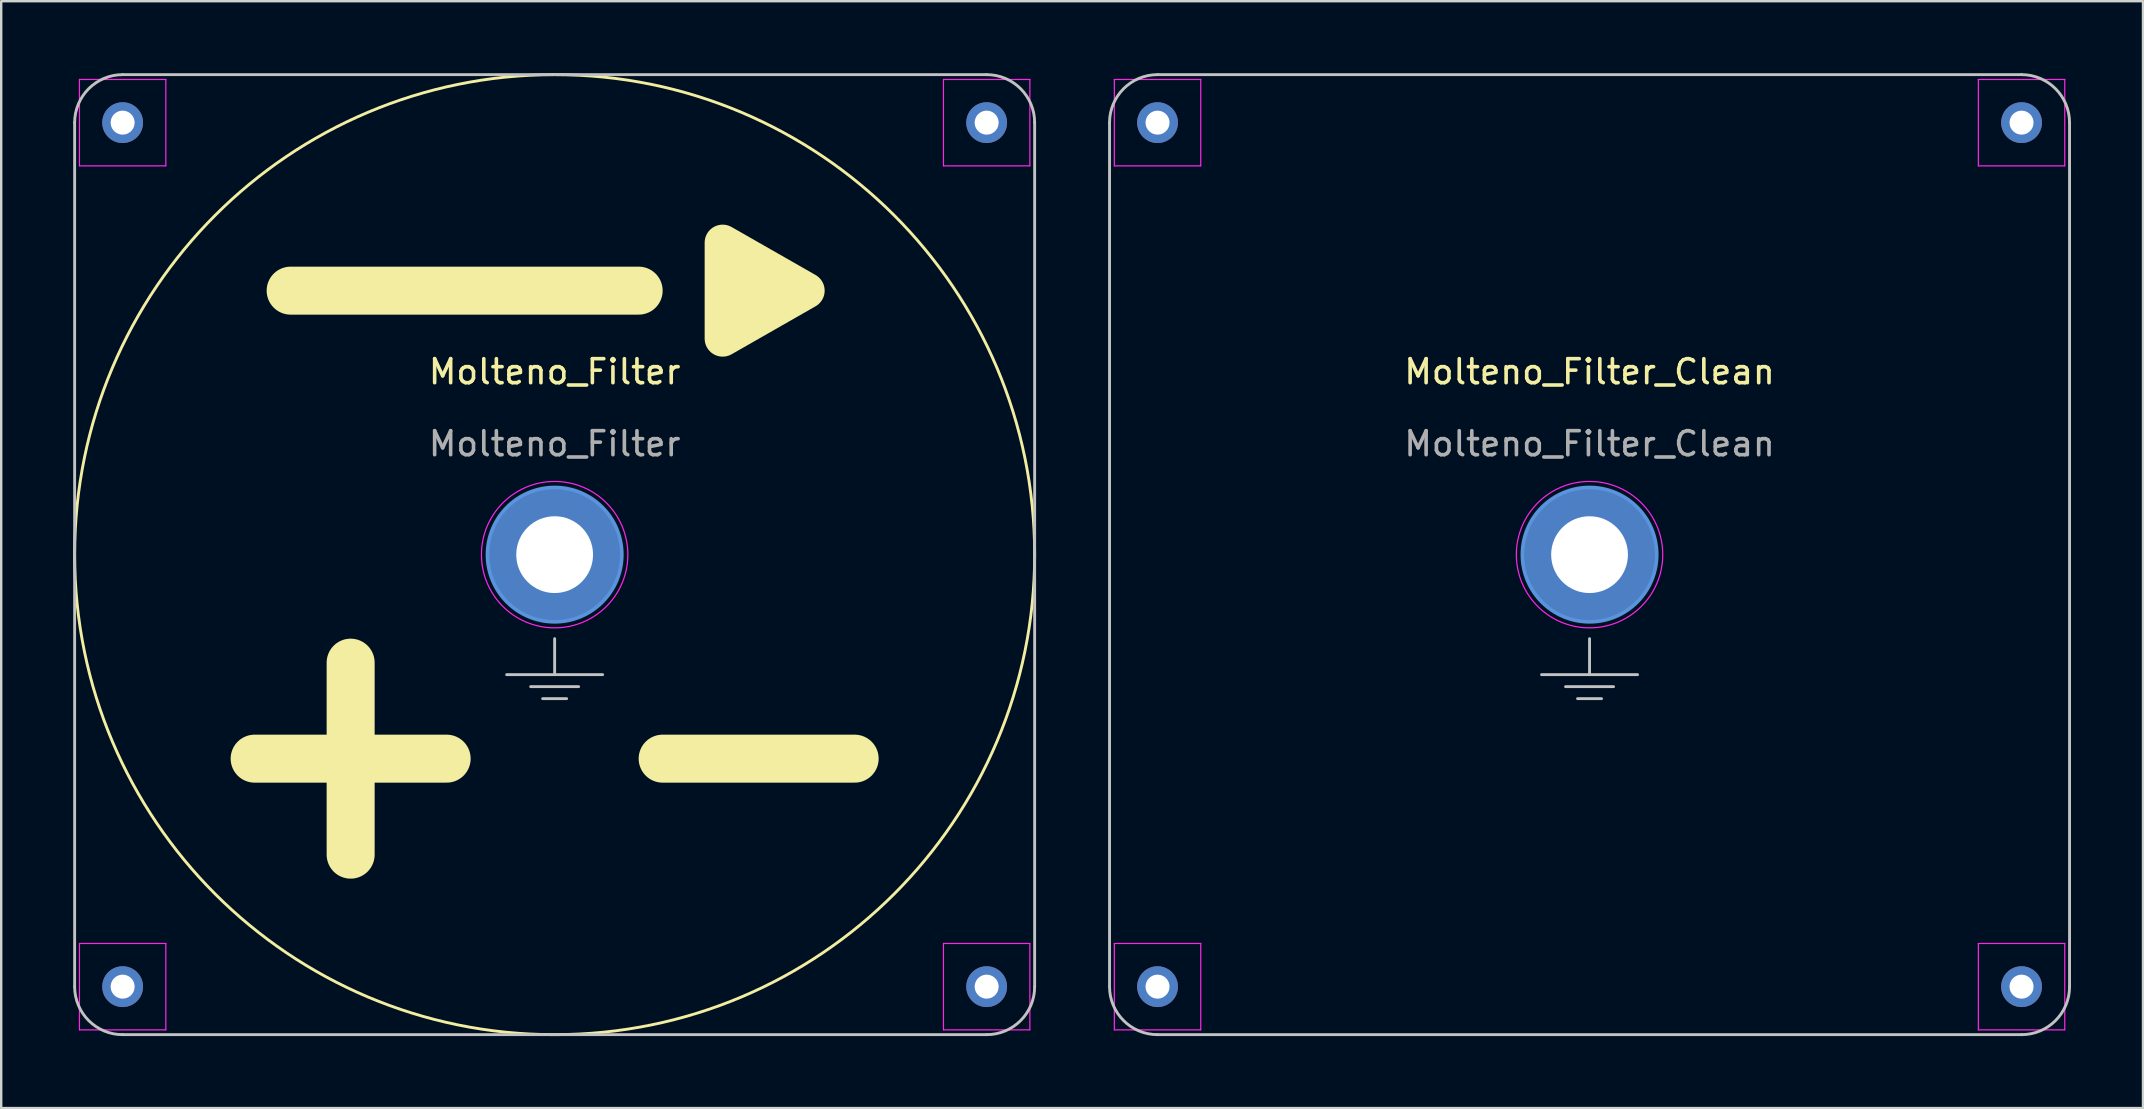
<source format=kicad_pcb>
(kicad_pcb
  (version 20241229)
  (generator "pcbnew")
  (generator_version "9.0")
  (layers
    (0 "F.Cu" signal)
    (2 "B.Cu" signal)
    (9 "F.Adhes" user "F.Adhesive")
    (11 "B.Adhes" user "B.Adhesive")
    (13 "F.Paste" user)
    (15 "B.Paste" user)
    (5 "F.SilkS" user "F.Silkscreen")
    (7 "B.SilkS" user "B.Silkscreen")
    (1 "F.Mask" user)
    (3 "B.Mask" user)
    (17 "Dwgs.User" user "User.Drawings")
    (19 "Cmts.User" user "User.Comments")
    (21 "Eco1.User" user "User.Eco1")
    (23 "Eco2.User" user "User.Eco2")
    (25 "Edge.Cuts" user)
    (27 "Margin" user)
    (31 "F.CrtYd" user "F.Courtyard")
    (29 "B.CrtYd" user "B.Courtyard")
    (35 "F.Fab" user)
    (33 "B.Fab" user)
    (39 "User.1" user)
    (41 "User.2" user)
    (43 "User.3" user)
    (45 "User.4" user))
  (footprint "Molteno_Filter"
    (layer "F.Cu")
    (at 20.06 20.06)
    (property "Reference" "Molteno_Filter" (at 0 -7.62 0) (unlocked yes) (layer "F.SilkS") (effects (font (size 1 1) (thickness 0.15))))
    (attr through_hole)
    (fp_line (start -11 -11) (end 3.5 -11) (stroke (width 2) (type solid)) (layer "F.SilkS"))
    (fp_line (start -8.5 12.5) (end -8.5 4.5) (stroke (width 2) (type solid)) (layer "F.SilkS"))
    (fp_line (start -4.5 8.5) (end -12.5 8.5) (stroke (width 2) (type solid)) (layer "F.SilkS"))
    (fp_line (start 12.5 8.5) (end 4.5 8.5) (stroke (width 2) (type solid)) (layer "F.SilkS"))
    (fp_circle (center 0 0) (end 20 0) (stroke (width 0.12) (type solid)) (fill no) (layer "F.SilkS"))
    (fp_poly (pts (xy 10.5 -11) (xy 7 -9) (xy 7 -13)) (stroke (width 1.5) (type solid)) (fill yes) (layer "F.SilkS"))
    (fp_line (start -20 18) (end -20 -18) (stroke (width 0.12) (type solid)) (layer "Dwgs.User"))
    (fp_line (start -18 -20) (end 18 -20) (stroke (width 0.12) (type solid)) (layer "Dwgs.User"))
    (fp_line (start -2 5) (end 2 5) (stroke (width 0.12) (type solid)) (layer "Dwgs.User"))
    (fp_line (start -1 5.5) (end 1 5.5) (stroke (width 0.12) (type solid)) (layer "Dwgs.User"))
    (fp_line (start -0.5 6) (end 0.5 6) (stroke (width 0.12) (type solid)) (layer "Dwgs.User"))
    (fp_line (start 0 3.5) (end 0 5) (stroke (width 0.12) (type solid)) (layer "Dwgs.User"))
    (fp_line (start 18 20) (end -18 20) (stroke (width 0.12) (type solid)) (layer "Dwgs.User"))
    (fp_line (start 20 -18) (end 20 18) (stroke (width 0.12) (type solid)) (layer "Dwgs.User"))
    (fp_arc (start -20 -18) (mid -19.414214 -19.414214) (end -18 -20) (stroke (width 0.12) (type solid)) (layer "Dwgs.User"))
    (fp_arc (start -18 20) (mid -19.414214 19.414214) (end -20 18) (stroke (width 0.12) (type solid)) (layer "Dwgs.User"))
    (fp_arc (start 18 -20) (mid 19.414214 -19.414214) (end 20 -18) (stroke (width 0.12) (type solid)) (layer "Dwgs.User"))
    (fp_arc (start 20 18) (mid 19.414214 19.414214) (end 18 20) (stroke (width 0.12) (type solid)) (layer "Dwgs.User"))
    (fp_circle (center 0 0) (end 2.8 0) (stroke (width 0.15) (type solid)) (fill no) (layer "Cmts.User"))
    (fp_line (start -19.8 -19.8) (end -16.2 -19.8) (stroke (width 0.05) (type solid)) (layer "F.CrtYd"))
    (fp_line (start -19.8 -16.2) (end -19.8 -19.8) (stroke (width 0.05) (type solid)) (layer "F.CrtYd"))
    (fp_line (start -19.8 16.2) (end -16.2 16.2) (stroke (width 0.05) (type solid)) (layer "F.CrtYd"))
    (fp_line (start -19.8 19.8) (end -19.8 16.2) (stroke (width 0.05) (type solid)) (layer "F.CrtYd"))
    (fp_line (start -16.2 -19.8) (end -16.2 -16.2) (stroke (width 0.05) (type solid)) (layer "F.CrtYd"))
    (fp_line (start -16.2 -16.2) (end -19.8 -16.2) (stroke (width 0.05) (type solid)) (layer "F.CrtYd"))
    (fp_line (start -16.2 16.2) (end -16.2 19.8) (stroke (width 0.05) (type solid)) (layer "F.CrtYd"))
    (fp_line (start -16.2 19.8) (end -19.8 19.8) (stroke (width 0.05) (type solid)) (layer "F.CrtYd"))
    (fp_line (start 16.2 -19.8) (end 19.8 -19.8) (stroke (width 0.05) (type solid)) (layer "F.CrtYd"))
    (fp_line (start 16.2 -16.2) (end 16.2 -19.8) (stroke (width 0.05) (type solid)) (layer "F.CrtYd"))
    (fp_line (start 16.2 16.2) (end 19.8 16.2) (stroke (width 0.05) (type solid)) (layer "F.CrtYd"))
    (fp_line (start 16.2 19.8) (end 16.2 16.2) (stroke (width 0.05) (type solid)) (layer "F.CrtYd"))
    (fp_line (start 19.8 -19.8) (end 19.8 -16.2) (stroke (width 0.05) (type solid)) (layer "F.CrtYd"))
    (fp_line (start 19.8 -16.2) (end 16.2 -16.2) (stroke (width 0.05) (type solid)) (layer "F.CrtYd"))
    (fp_line (start 19.8 16.2) (end 19.8 19.8) (stroke (width 0.05) (type solid)) (layer "F.CrtYd"))
    (fp_line (start 19.8 19.8) (end 16.2 19.8) (stroke (width 0.05) (type solid)) (layer "F.CrtYd"))
    (fp_circle (center 0 0) (end 3.05 0) (stroke (width 0.05) (type solid)) (fill no) (layer "F.CrtYd"))
    (fp_text user "${REFERENCE}" (at 0 -4.62 0) (unlocked yes) (layer "F.Fab") (effects (font (size 1 1) (thickness 0.15))))
    (pad "1" thru_hole circle (at -18 -18) (size 1.7 1.7) (drill 1) (layers "*.Cu" "*.Mask"))
    (pad "2" thru_hole circle (at 18 -18) (size 1.7 1.7) (drill 1) (layers "*.Cu" "*.Mask"))
    (pad "3" thru_hole circle (at -18 18) (size 1.7 1.7) (drill 1) (layers "*.Cu" "*.Mask"))
    (pad "4" thru_hole circle (at 18 18) (size 1.7 1.7) (drill 1) (layers "*.Cu" "*.Mask"))
    (pad "5" thru_hole circle (at 0 0) (size 5.6 5.6) (drill 3.2) (layers "*.Cu" "*.Mask")))
  (footprint "Molteno_Filter_Clean"
    (layer "F.Cu")
    (at 63.18 20.06)
    (property "Reference" "Molteno_Filter_Clean" (at 0 -7.62 0) (unlocked yes) (layer "F.SilkS") (effects (font (size 1 1) (thickness 0.15))))
    (attr through_hole)
    (fp_line (start -20 18) (end -20 -18) (stroke (width 0.12) (type solid)) (layer "Dwgs.User"))
    (fp_line (start -18 -20) (end 18 -20) (stroke (width 0.12) (type solid)) (layer "Dwgs.User"))
    (fp_line (start -2 5) (end 2 5) (stroke (width 0.12) (type solid)) (layer "Dwgs.User"))
    (fp_line (start -1 5.5) (end 1 5.5) (stroke (width 0.12) (type solid)) (layer "Dwgs.User"))
    (fp_line (start -0.5 6) (end 0.5 6) (stroke (width 0.12) (type solid)) (layer "Dwgs.User"))
    (fp_line (start 0 3.5) (end 0 5) (stroke (width 0.12) (type solid)) (layer "Dwgs.User"))
    (fp_line (start 18 20) (end -18 20) (stroke (width 0.12) (type solid)) (layer "Dwgs.User"))
    (fp_line (start 20 -18) (end 20 18) (stroke (width 0.12) (type solid)) (layer "Dwgs.User"))
    (fp_arc (start -20 -18) (mid -19.414214 -19.414214) (end -18 -20) (stroke (width 0.12) (type solid)) (layer "Dwgs.User"))
    (fp_arc (start -18 20) (mid -19.414214 19.414214) (end -20 18) (stroke (width 0.12) (type solid)) (layer "Dwgs.User"))
    (fp_arc (start 18 -20) (mid 19.414214 -19.414214) (end 20 -18) (stroke (width 0.12) (type solid)) (layer "Dwgs.User"))
    (fp_arc (start 20 18) (mid 19.414214 19.414214) (end 18 20) (stroke (width 0.12) (type solid)) (layer "Dwgs.User"))
    (fp_circle (center 0 0) (end 2.8 0) (stroke (width 0.15) (type solid)) (fill no) (layer "Cmts.User"))
    (fp_line (start -19.8 -19.8) (end -16.2 -19.8) (stroke (width 0.05) (type solid)) (layer "F.CrtYd"))
    (fp_line (start -19.8 -16.2) (end -19.8 -19.8) (stroke (width 0.05) (type solid)) (layer "F.CrtYd"))
    (fp_line (start -19.8 16.2) (end -16.2 16.2) (stroke (width 0.05) (type solid)) (layer "F.CrtYd"))
    (fp_line (start -19.8 19.8) (end -19.8 16.2) (stroke (width 0.05) (type solid)) (layer "F.CrtYd"))
    (fp_line (start -16.2 -19.8) (end -16.2 -16.2) (stroke (width 0.05) (type solid)) (layer "F.CrtYd"))
    (fp_line (start -16.2 -16.2) (end -19.8 -16.2) (stroke (width 0.05) (type solid)) (layer "F.CrtYd"))
    (fp_line (start -16.2 16.2) (end -16.2 19.8) (stroke (width 0.05) (type solid)) (layer "F.CrtYd"))
    (fp_line (start -16.2 19.8) (end -19.8 19.8) (stroke (width 0.05) (type solid)) (layer "F.CrtYd"))
    (fp_line (start 16.2 -19.8) (end 19.8 -19.8) (stroke (width 0.05) (type solid)) (layer "F.CrtYd"))
    (fp_line (start 16.2 -16.2) (end 16.2 -19.8) (stroke (width 0.05) (type solid)) (layer "F.CrtYd"))
    (fp_line (start 16.2 16.2) (end 19.8 16.2) (stroke (width 0.05) (type solid)) (layer "F.CrtYd"))
    (fp_line (start 16.2 19.8) (end 16.2 16.2) (stroke (width 0.05) (type solid)) (layer "F.CrtYd"))
    (fp_line (start 19.8 -19.8) (end 19.8 -16.2) (stroke (width 0.05) (type solid)) (layer "F.CrtYd"))
    (fp_line (start 19.8 -16.2) (end 16.2 -16.2) (stroke (width 0.05) (type solid)) (layer "F.CrtYd"))
    (fp_line (start 19.8 16.2) (end 19.8 19.8) (stroke (width 0.05) (type solid)) (layer "F.CrtYd"))
    (fp_line (start 19.8 19.8) (end 16.2 19.8) (stroke (width 0.05) (type solid)) (layer "F.CrtYd"))
    (fp_circle (center 0 0) (end 3.05 0) (stroke (width 0.05) (type solid)) (fill no) (layer "F.CrtYd"))
    (fp_text user "${REFERENCE}" (at 0 -4.62 0) (unlocked yes) (layer "F.Fab") (effects (font (size 1 1) (thickness 0.15))))
    (pad "1" thru_hole circle (at -18 -18) (size 1.7 1.7) (drill 1) (layers "*.Cu" "*.Mask"))
    (pad "2" thru_hole circle (at 18 -18) (size 1.7 1.7) (drill 1) (layers "*.Cu" "*.Mask"))
    (pad "3" thru_hole circle (at -18 18) (size 1.7 1.7) (drill 1) (layers "*.Cu" "*.Mask"))
    (pad "4" thru_hole circle (at 18 18) (size 1.7 1.7) (drill 1) (layers "*.Cu" "*.Mask"))
    (pad "5" thru_hole circle (at 0 0) (size 5.6 5.6) (drill 3.2) (layers "*.Cu" "*.Mask")))
  (gr_rect
    (start -3 -3)
    (end 86.24 43.12)
    (stroke (width 0.1) (type default))
    (fill no)
    (layer "Edge.Cuts")))
</source>
